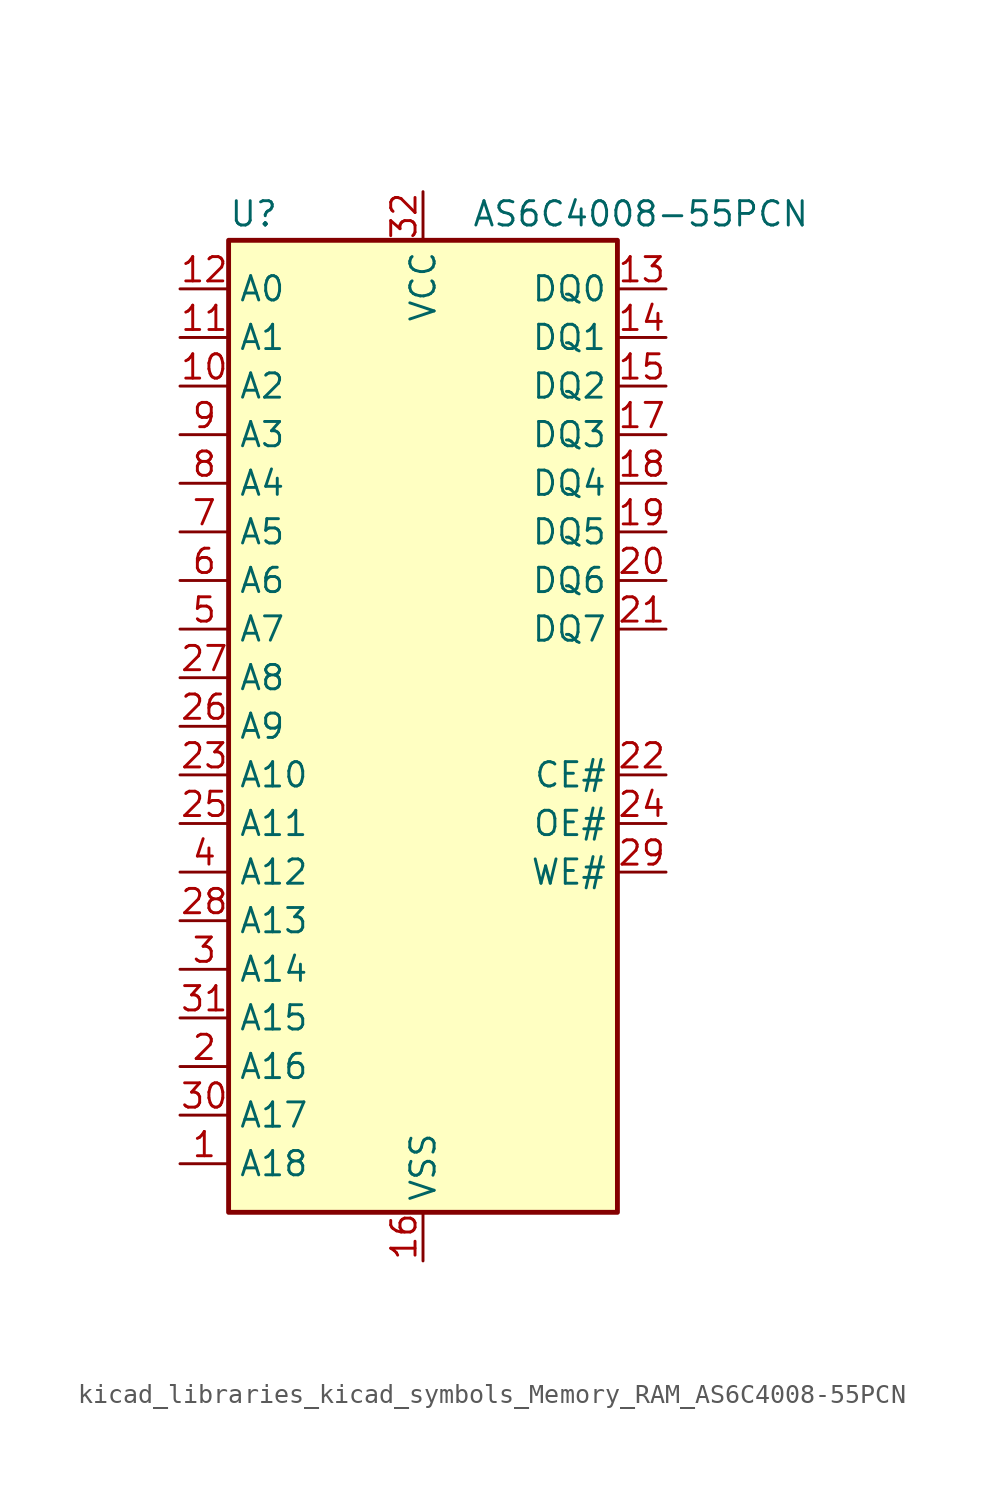
<source format=kicad_sym>
(kicad_symbol_lib
  (version 20220914)
  (generator kicad_symbol_editor)
  (symbol "kicad_libraries_kicad_symbols_Memory_RAM_AS6C4008-55PCN"
    (property "Reference" "U"
      (at -10.16 26.035 0)
      (effects (font (size 1.27 1.27)) (justify left bottom)))
    (property "Value" "AS6C4008-55PCN"
      (at 2.54 26.035 0)
      (effects (font (size 1.27 1.27)) (justify left bottom)))
    (symbol "kicad_libraries_kicad_symbols_Memory_RAM_AS6C4008-55PCN_0_0"
      (pin power_in line (at 0 -27.94 90) (length 2.54) (name "VSS" (effects (font (size 1.27 1.27)))) (number "16" (effects (font (size 1.27 1.27)))))
      (pin power_in line (at 0 27.94 270) (length 2.54) (name "VCC" (effects (font (size 1.27 1.27)))) (number "32" (effects (font (size 1.27 1.27))))))
    (symbol "kicad_libraries_kicad_symbols_Memory_RAM_AS6C4008-55PCN_0_1"
      (rectangle (start -10.16 25.4) (end 10.16 -25.4) (stroke (width 0.254) (type default)) (fill (type background))))
    (symbol "kicad_libraries_kicad_symbols_Memory_RAM_AS6C4008-55PCN_1_1"
      (pin input line (at -12.7 -22.86 0) (length 2.54) (name "A18" (effects (font (size 1.27 1.27)))) (number "1" (effects (font (size 1.27 1.27)))))
      (pin input line (at -12.7 17.78 0) (length 2.54) (name "A2" (effects (font (size 1.27 1.27)))) (number "10" (effects (font (size 1.27 1.27)))))
      (pin input line (at -12.7 20.32 0) (length 2.54) (name "A1" (effects (font (size 1.27 1.27)))) (number "11" (effects (font (size 1.27 1.27)))))
      (pin input line (at -12.7 22.86 0) (length 2.54) (name "A0" (effects (font (size 1.27 1.27)))) (number "12" (effects (font (size 1.27 1.27)))))
      (pin tri_state line (at 12.7 22.86 180) (length 2.54) (name "DQ0" (effects (font (size 1.27 1.27)))) (number "13" (effects (font (size 1.27 1.27)))))
      (pin tri_state line (at 12.7 20.32 180) (length 2.54) (name "DQ1" (effects (font (size 1.27 1.27)))) (number "14" (effects (font (size 1.27 1.27)))))
      (pin tri_state line (at 12.7 17.78 180) (length 2.54) (name "DQ2" (effects (font (size 1.27 1.27)))) (number "15" (effects (font (size 1.27 1.27)))))
      (pin tri_state line (at 12.7 15.24 180) (length 2.54) (name "DQ3" (effects (font (size 1.27 1.27)))) (number "17" (effects (font (size 1.27 1.27)))))
      (pin tri_state line (at 12.7 12.7 180) (length 2.54) (name "DQ4" (effects (font (size 1.27 1.27)))) (number "18" (effects (font (size 1.27 1.27)))))
      (pin tri_state line (at 12.7 10.16 180) (length 2.54) (name "DQ5" (effects (font (size 1.27 1.27)))) (number "19" (effects (font (size 1.27 1.27)))))
      (pin input line (at -12.7 -17.78 0) (length 2.54) (name "A16" (effects (font (size 1.27 1.27)))) (number "2" (effects (font (size 1.27 1.27)))))
      (pin tri_state line (at 12.7 7.62 180) (length 2.54) (name "DQ6" (effects (font (size 1.27 1.27)))) (number "20" (effects (font (size 1.27 1.27)))))
      (pin tri_state line (at 12.7 5.08 180) (length 2.54) (name "DQ7" (effects (font (size 1.27 1.27)))) (number "21" (effects (font (size 1.27 1.27)))))
      (pin input line (at 12.7 -2.54 180) (length 2.54) (name "CE#" (effects (font (size 1.27 1.27)))) (number "22" (effects (font (size 1.27 1.27)))))
      (pin input line (at -12.7 -2.54 0) (length 2.54) (name "A10" (effects (font (size 1.27 1.27)))) (number "23" (effects (font (size 1.27 1.27)))))
      (pin input line (at 12.7 -5.08 180) (length 2.54) (name "OE#" (effects (font (size 1.27 1.27)))) (number "24" (effects (font (size 1.27 1.27)))))
      (pin input line (at -12.7 -5.08 0) (length 2.54) (name "A11" (effects (font (size 1.27 1.27)))) (number "25" (effects (font (size 1.27 1.27)))))
      (pin input line (at -12.7 0 0) (length 2.54) (name "A9" (effects (font (size 1.27 1.27)))) (number "26" (effects (font (size 1.27 1.27)))))
      (pin input line (at -12.7 2.54 0) (length 2.54) (name "A8" (effects (font (size 1.27 1.27)))) (number "27" (effects (font (size 1.27 1.27)))))
      (pin input line (at -12.7 -10.16 0) (length 2.54) (name "A13" (effects (font (size 1.27 1.27)))) (number "28" (effects (font (size 1.27 1.27)))))
      (pin input line (at 12.7 -7.62 180) (length 2.54) (name "WE#" (effects (font (size 1.27 1.27)))) (number "29" (effects (font (size 1.27 1.27)))))
      (pin input line (at -12.7 -12.7 0) (length 2.54) (name "A14" (effects (font (size 1.27 1.27)))) (number "3" (effects (font (size 1.27 1.27)))))
      (pin input line (at -12.7 -20.32 0) (length 2.54) (name "A17" (effects (font (size 1.27 1.27)))) (number "30" (effects (font (size 1.27 1.27)))))
      (pin input line (at -12.7 -15.24 0) (length 2.54) (name "A15" (effects (font (size 1.27 1.27)))) (number "31" (effects (font (size 1.27 1.27)))))
      (pin input line (at -12.7 -7.62 0) (length 2.54) (name "A12" (effects (font (size 1.27 1.27)))) (number "4" (effects (font (size 1.27 1.27)))))
      (pin input line (at -12.7 5.08 0) (length 2.54) (name "A7" (effects (font (size 1.27 1.27)))) (number "5" (effects (font (size 1.27 1.27)))))
      (pin input line (at -12.7 7.62 0) (length 2.54) (name "A6" (effects (font (size 1.27 1.27)))) (number "6" (effects (font (size 1.27 1.27)))))
      (pin input line (at -12.7 10.16 0) (length 2.54) (name "A5" (effects (font (size 1.27 1.27)))) (number "7" (effects (font (size 1.27 1.27)))))
      (pin input line (at -12.7 12.7 0) (length 2.54) (name "A4" (effects (font (size 1.27 1.27)))) (number "8" (effects (font (size 1.27 1.27)))))
      (pin input line (at -12.7 15.24 0) (length 2.54) (name "A3" (effects (font (size 1.27 1.27)))) (number "9" (effects (font (size 1.27 1.27))))))))
</source>
